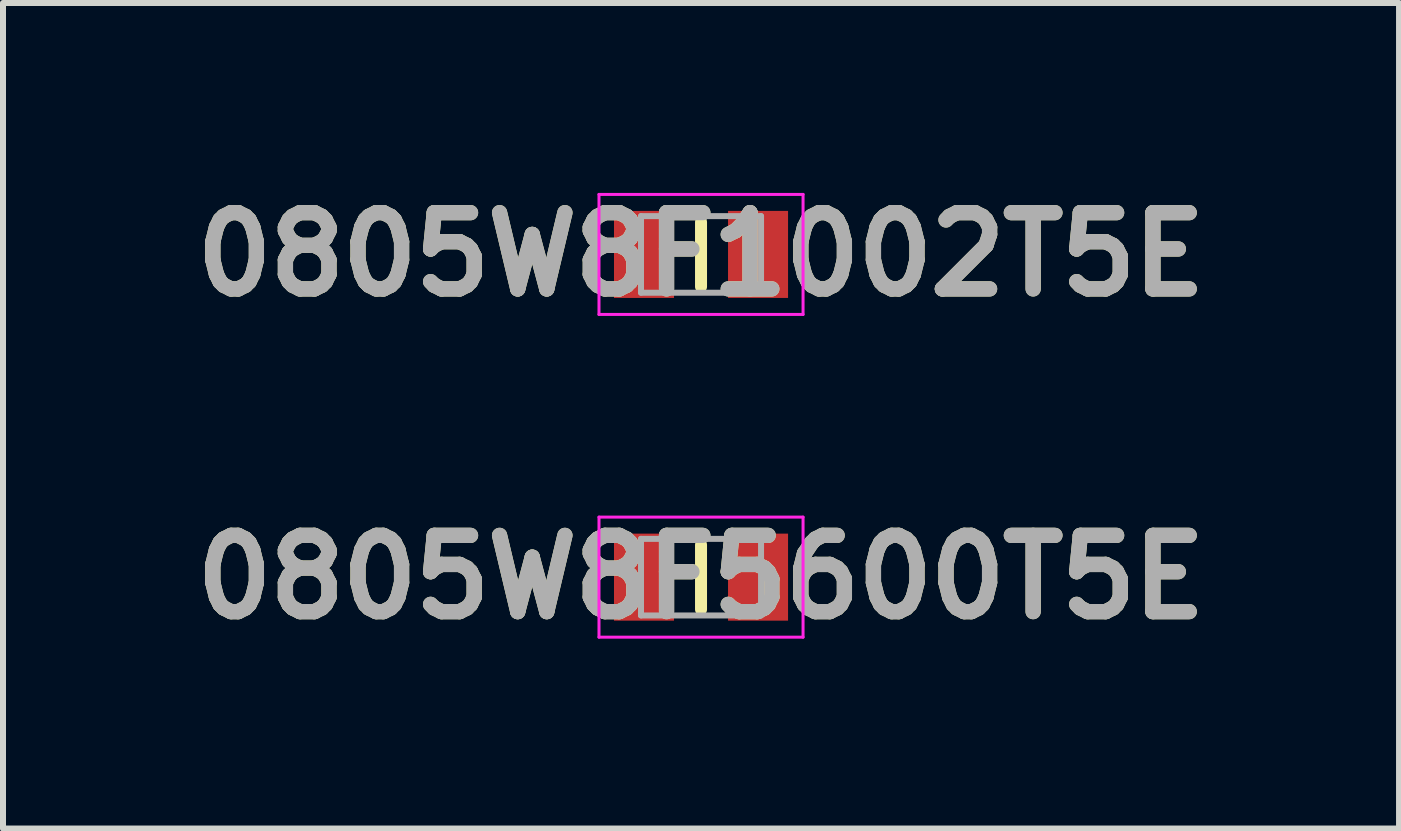
<source format=kicad_pcb>
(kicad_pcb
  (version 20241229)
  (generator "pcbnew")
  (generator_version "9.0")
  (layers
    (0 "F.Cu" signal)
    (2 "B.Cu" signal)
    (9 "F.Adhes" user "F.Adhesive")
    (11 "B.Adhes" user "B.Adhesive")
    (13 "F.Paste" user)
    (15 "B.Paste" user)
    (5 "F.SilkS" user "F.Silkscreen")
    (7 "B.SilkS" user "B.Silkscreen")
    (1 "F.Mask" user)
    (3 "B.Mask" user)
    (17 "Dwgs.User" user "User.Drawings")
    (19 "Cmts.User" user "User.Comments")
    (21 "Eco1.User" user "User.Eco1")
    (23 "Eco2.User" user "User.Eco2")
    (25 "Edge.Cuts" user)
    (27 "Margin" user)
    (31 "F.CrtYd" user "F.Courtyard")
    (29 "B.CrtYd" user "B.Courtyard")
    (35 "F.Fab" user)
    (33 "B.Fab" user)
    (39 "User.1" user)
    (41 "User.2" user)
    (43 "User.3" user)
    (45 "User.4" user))
  (footprint "0805W8F1002T5E"
    (layer "F.Cu")
    (at 8.63 1.189)
    (property "Reference" "0805W8F1002T5E" (at 0 0 0) (layer "F.SilkS") (effects (font (size 1.27 1.27) (thickness 0.254))))
    (attr smd)
    (fp_line (start 0 -0.538) (end 0 0.538) (stroke (width 0.2) (type solid)) (layer "F.SilkS"))
    (fp_line (start -1.7 -1) (end 1.7 -1) (stroke (width 0.05) (type solid)) (layer "F.CrtYd"))
    (fp_line (start -1.7 1) (end -1.7 -1) (stroke (width 0.05) (type solid)) (layer "F.CrtYd"))
    (fp_line (start 1.7 -1) (end 1.7 1) (stroke (width 0.05) (type solid)) (layer "F.CrtYd"))
    (fp_line (start 1.7 1) (end -1.7 1) (stroke (width 0.05) (type solid)) (layer "F.CrtYd"))
    (fp_line (start -1 -0.638) (end 1 -0.638) (stroke (width 0.1) (type solid)) (layer "F.Fab"))
    (fp_line (start -1 0.638) (end -1 -0.638) (stroke (width 0.1) (type solid)) (layer "F.Fab"))
    (fp_line (start 1 -0.638) (end 1 0.638) (stroke (width 0.1) (type solid)) (layer "F.Fab"))
    (fp_line (start 1 0.638) (end -1 0.638) (stroke (width 0.1) (type solid)) (layer "F.Fab"))
    (fp_text user "${REFERENCE}" (at 0 0 0) (layer "F.Fab") (effects (font (size 1.27 1.27) (thickness 0.254))))
    (pad "1" smd rect (at -0.95 0) (size 1 1.45) (layers "F.Cu" "F.Mask" "F.Paste"))
    (pad "2" smd rect (at 0.95 0) (size 1 1.45) (layers "F.Cu" "F.Mask" "F.Paste")))
  (footprint "0805W8F5600T5E"
    (layer "F.Cu")
    (at 8.63 6.566)
    (property "Reference" "0805W8F5600T5E" (at 0 0 0) (layer "F.SilkS") (effects (font (size 1.27 1.27) (thickness 0.254))))
    (attr smd)
    (fp_line (start 0 -0.538) (end 0 0.538) (stroke (width 0.2) (type solid)) (layer "F.SilkS"))
    (fp_line (start -1.7 -1) (end 1.7 -1) (stroke (width 0.05) (type solid)) (layer "F.CrtYd"))
    (fp_line (start -1.7 1) (end -1.7 -1) (stroke (width 0.05) (type solid)) (layer "F.CrtYd"))
    (fp_line (start 1.7 -1) (end 1.7 1) (stroke (width 0.05) (type solid)) (layer "F.CrtYd"))
    (fp_line (start 1.7 1) (end -1.7 1) (stroke (width 0.05) (type solid)) (layer "F.CrtYd"))
    (fp_line (start -1 -0.638) (end 1 -0.638) (stroke (width 0.1) (type solid)) (layer "F.Fab"))
    (fp_line (start -1 0.638) (end -1 -0.638) (stroke (width 0.1) (type solid)) (layer "F.Fab"))
    (fp_line (start 1 -0.638) (end 1 0.638) (stroke (width 0.1) (type solid)) (layer "F.Fab"))
    (fp_line (start 1 0.638) (end -1 0.638) (stroke (width 0.1) (type solid)) (layer "F.Fab"))
    (fp_text user "${REFERENCE}" (at 0 0 0) (layer "F.Fab") (effects (font (size 1.27 1.27) (thickness 0.254))))
    (pad "1" smd rect (at -0.95 0) (size 1 1.45) (layers "F.Cu" "F.Mask" "F.Paste"))
    (pad "2" smd rect (at 0.95 0) (size 1 1.45) (layers "F.Cu" "F.Mask" "F.Paste")))
  (gr_rect
    (start -3 -3)
    (end 20.26 10.755)
    (stroke (width 0.1) (type default))
    (fill no)
    (layer "Edge.Cuts")))
</source>
